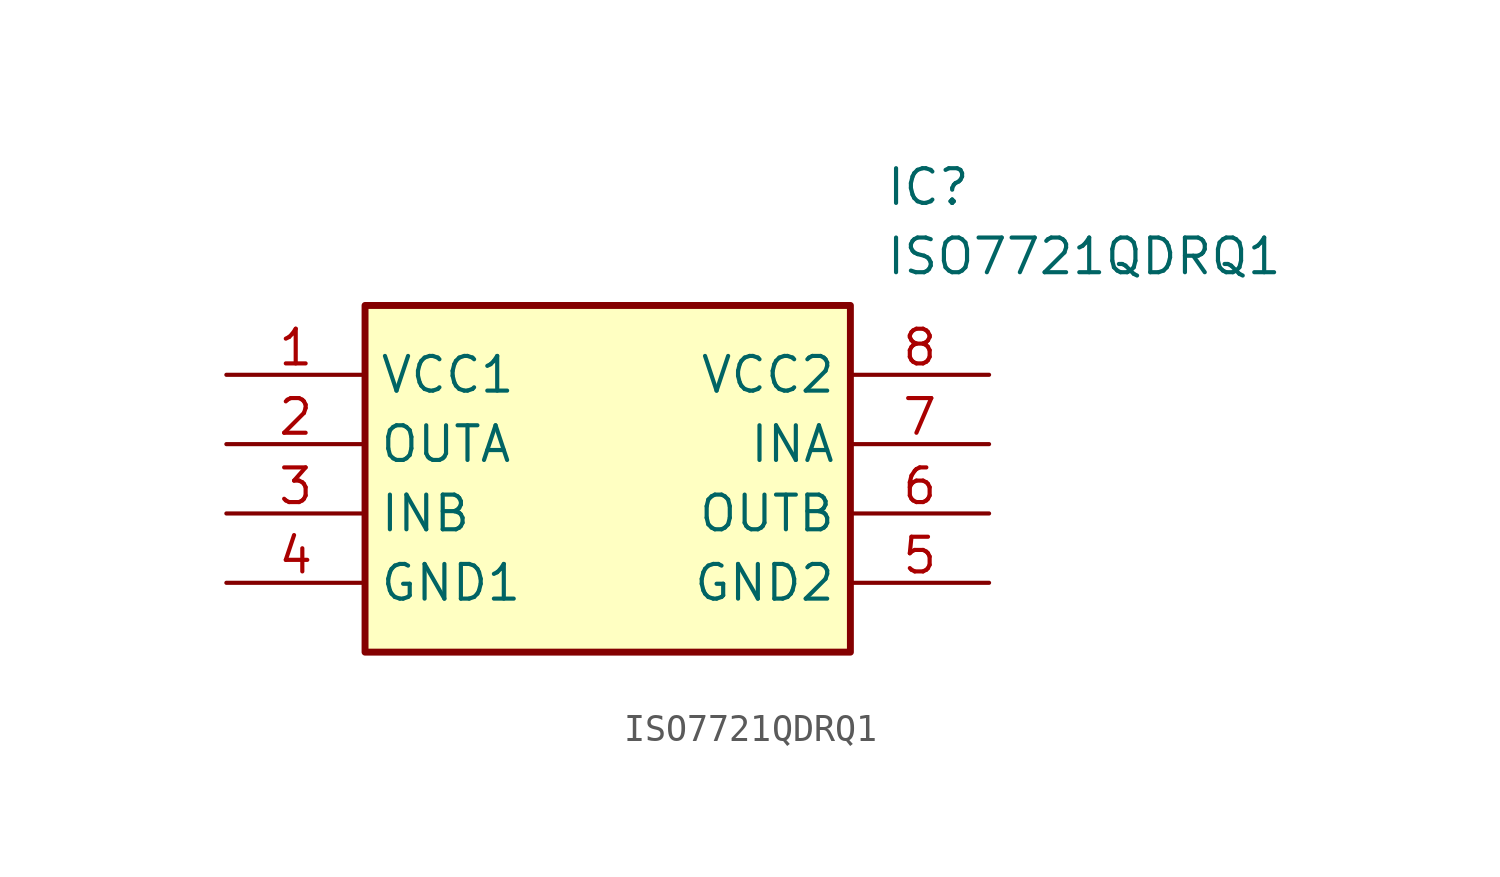
<source format=kicad_sym>
(kicad_symbol_lib
  (version 20211014)
  (generator SamacSys_ECAD_Model)
  (symbol "ISO7721QDRQ1"
    (property "Reference" "IC"
      (at 24.13 7.62 0)
      (effects (font (size 1.27 1.27)) (justify left top)))
    (property "Value" "ISO7721QDRQ1"
      (at 24.13 5.08 0)
      (effects (font (size 1.27 1.27)) (justify left top)))
    (rectangle
      (start 5.08 2.54)
      (end 22.86 -10.16)
      (stroke (width 0.254) (type default))
      (fill (type background)))
    (pin power_in line
      (at 0 0 0)
      (length 5.08)
      (name "VCC1" (effects (font (size 1.27 1.27))))
      (number "1" (effects (font (size 1.27 1.27)))))
    (pin output line
      (at 0 -2.54 0)
      (length 5.08)
      (name "OUTA" (effects (font (size 1.27 1.27))))
      (number "2" (effects (font (size 1.27 1.27)))))
    (pin input line
      (at 0 -5.08 0)
      (length 5.08)
      (name "INB" (effects (font (size 1.27 1.27))))
      (number "3" (effects (font (size 1.27 1.27)))))
    (pin power_in line
      (at 0 -7.62 0)
      (length 5.08)
      (name "GND1" (effects (font (size 1.27 1.27))))
      (number "4" (effects (font (size 1.27 1.27)))))
    (pin power_in line
      (at 27.94 0 180)
      (length 5.08)
      (name "VCC2" (effects (font (size 1.27 1.27))))
      (number "8" (effects (font (size 1.27 1.27)))))
    (pin input line
      (at 27.94 -2.54 180)
      (length 5.08)
      (name "INA" (effects (font (size 1.27 1.27))))
      (number "7" (effects (font (size 1.27 1.27)))))
    (pin output line
      (at 27.94 -5.08 180)
      (length 5.08)
      (name "OUTB" (effects (font (size 1.27 1.27))))
      (number "6" (effects (font (size 1.27 1.27)))))
    (pin power_in line
      (at 27.94 -7.62 180)
      (length 5.08)
      (name "GND2" (effects (font (size 1.27 1.27))))
      (number "5" (effects (font (size 1.27 1.27)))))))
</source>
